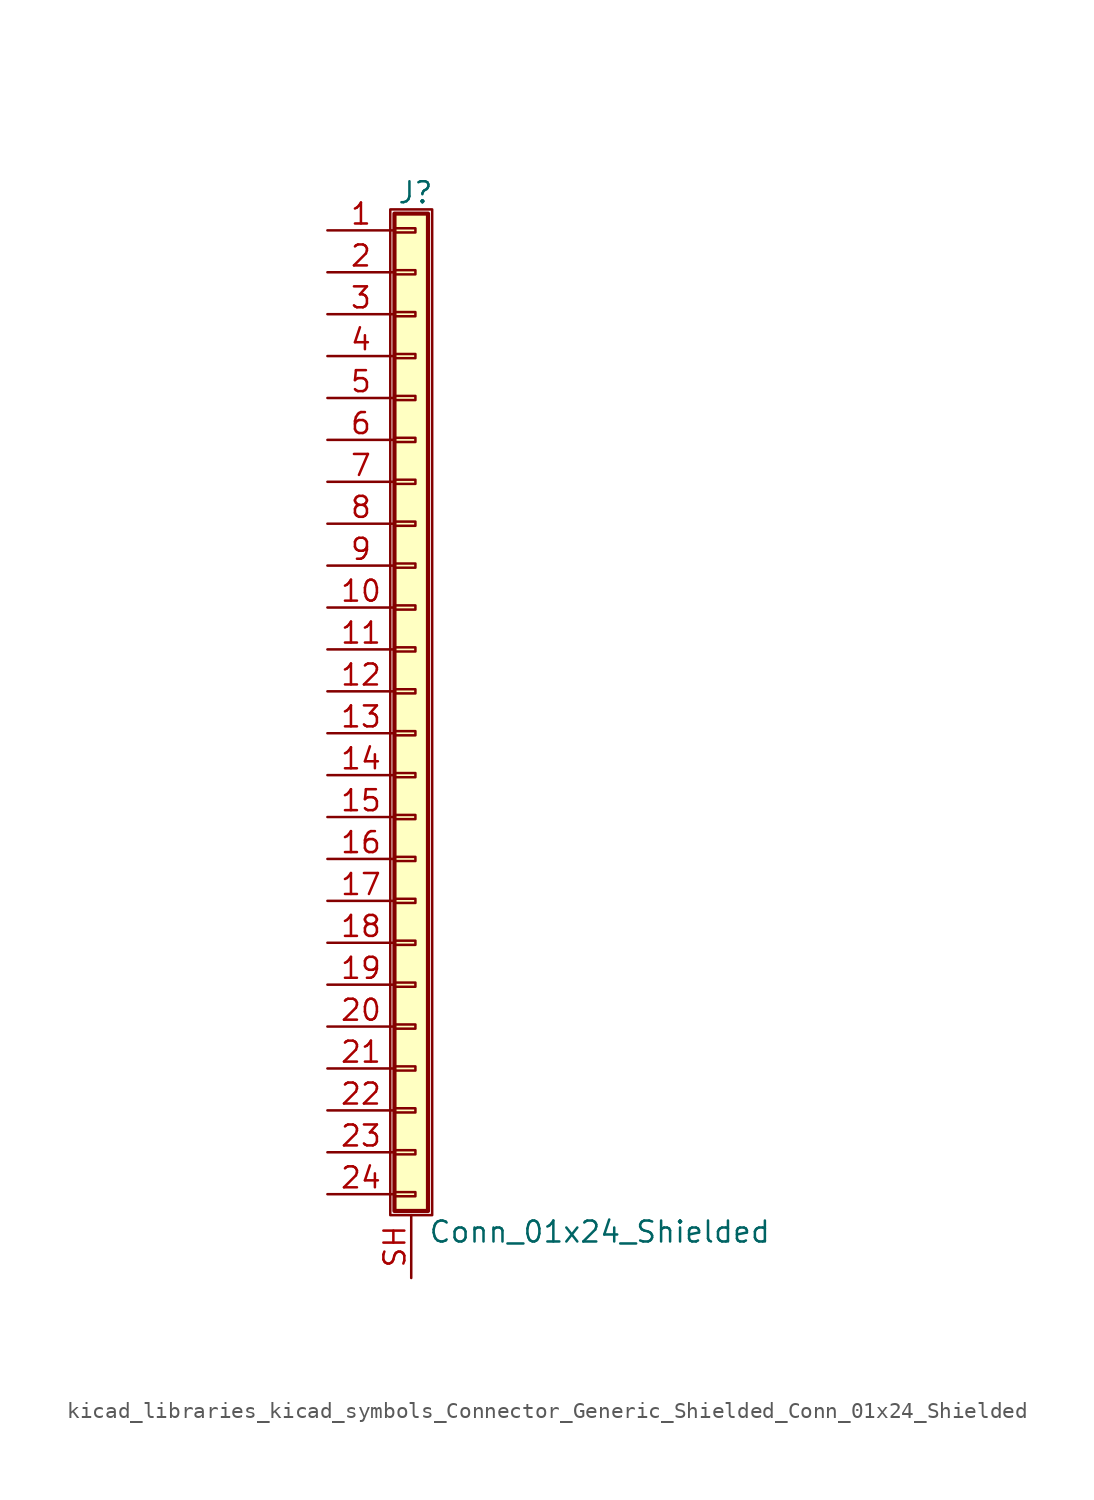
<source format=kicad_sym>
(kicad_symbol_lib
  (version 20220914)
  (generator kicad_symbol_editor)
  (symbol "kicad_libraries_kicad_symbols_Connector_Generic_Shielded_Conn_01x24_Shielded"
    (pin_names
      (offset 1.016) hide)
    (property "Reference" "J"
      (at 0.254 30.226 0)
      (effects (font (size 1.27 1.27))))
    (property "Value" "Conn_01x24_Shielded"
      (at 1.016 -32.766 0)
      (effects (font (size 1.27 1.27)) (justify left)))
    (symbol "kicad_libraries_kicad_symbols_Connector_Generic_Shielded_Conn_01x24_Shielded_1_1"
      (rectangle (start -1.27 29.21) (end 1.27 -31.75) (stroke (width 0.152) (type default)) (fill (type none)))
      (rectangle (start -1.016 -30.353) (end 0.254 -30.607) (stroke (width 0.152) (type default)) (fill (type none)))
      (rectangle (start -1.016 -27.813) (end 0.254 -28.067) (stroke (width 0.152) (type default)) (fill (type none)))
      (rectangle (start -1.016 -25.273) (end 0.254 -25.527) (stroke (width 0.152) (type default)) (fill (type none)))
      (rectangle (start -1.016 -22.733) (end 0.254 -22.987) (stroke (width 0.152) (type default)) (fill (type none)))
      (rectangle (start -1.016 -20.193) (end 0.254 -20.447) (stroke (width 0.152) (type default)) (fill (type none)))
      (rectangle (start -1.016 -17.653) (end 0.254 -17.907) (stroke (width 0.152) (type default)) (fill (type none)))
      (rectangle (start -1.016 -15.113) (end 0.254 -15.367) (stroke (width 0.152) (type default)) (fill (type none)))
      (rectangle (start -1.016 -12.573) (end 0.254 -12.827) (stroke (width 0.152) (type default)) (fill (type none)))
      (rectangle (start -1.016 -10.033) (end 0.254 -10.287) (stroke (width 0.152) (type default)) (fill (type none)))
      (rectangle (start -1.016 -7.493) (end 0.254 -7.747) (stroke (width 0.152) (type default)) (fill (type none)))
      (rectangle (start -1.016 -4.953) (end 0.254 -5.207) (stroke (width 0.152) (type default)) (fill (type none)))
      (rectangle (start -1.016 -2.413) (end 0.254 -2.667) (stroke (width 0.152) (type default)) (fill (type none)))
      (rectangle (start -1.016 0.127) (end 0.254 -0.127) (stroke (width 0.152) (type default)) (fill (type none)))
      (rectangle (start -1.016 2.667) (end 0.254 2.413) (stroke (width 0.152) (type default)) (fill (type none)))
      (rectangle (start -1.016 5.207) (end 0.254 4.953) (stroke (width 0.152) (type default)) (fill (type none)))
      (rectangle (start -1.016 7.747) (end 0.254 7.493) (stroke (width 0.152) (type default)) (fill (type none)))
      (rectangle (start -1.016 10.287) (end 0.254 10.033) (stroke (width 0.152) (type default)) (fill (type none)))
      (rectangle (start -1.016 12.827) (end 0.254 12.573) (stroke (width 0.152) (type default)) (fill (type none)))
      (rectangle (start -1.016 15.367) (end 0.254 15.113) (stroke (width 0.152) (type default)) (fill (type none)))
      (rectangle (start -1.016 17.907) (end 0.254 17.653) (stroke (width 0.152) (type default)) (fill (type none)))
      (rectangle (start -1.016 20.447) (end 0.254 20.193) (stroke (width 0.152) (type default)) (fill (type none)))
      (rectangle (start -1.016 22.987) (end 0.254 22.733) (stroke (width 0.152) (type default)) (fill (type none)))
      (rectangle (start -1.016 25.527) (end 0.254 25.273) (stroke (width 0.152) (type default)) (fill (type none)))
      (rectangle (start -1.016 28.067) (end 0.254 27.813) (stroke (width 0.152) (type default)) (fill (type none)))
      (rectangle (start -1.016 28.956) (end 1.016 -31.496) (stroke (width 0.254) (type default)) (fill (type background)))
      (pin passive line (at -5.08 27.94 0) (length 4.064) (name "Pin_1" (effects (font (size 1.27 1.27)))) (number "1" (effects (font (size 1.27 1.27)))))
      (pin passive line (at -5.08 5.08 0) (length 4.064) (name "Pin_10" (effects (font (size 1.27 1.27)))) (number "10" (effects (font (size 1.27 1.27)))))
      (pin passive line (at -5.08 2.54 0) (length 4.064) (name "Pin_11" (effects (font (size 1.27 1.27)))) (number "11" (effects (font (size 1.27 1.27)))))
      (pin passive line (at -5.08 0 0) (length 4.064) (name "Pin_12" (effects (font (size 1.27 1.27)))) (number "12" (effects (font (size 1.27 1.27)))))
      (pin passive line (at -5.08 -2.54 0) (length 4.064) (name "Pin_13" (effects (font (size 1.27 1.27)))) (number "13" (effects (font (size 1.27 1.27)))))
      (pin passive line (at -5.08 -5.08 0) (length 4.064) (name "Pin_14" (effects (font (size 1.27 1.27)))) (number "14" (effects (font (size 1.27 1.27)))))
      (pin passive line (at -5.08 -7.62 0) (length 4.064) (name "Pin_15" (effects (font (size 1.27 1.27)))) (number "15" (effects (font (size 1.27 1.27)))))
      (pin passive line (at -5.08 -10.16 0) (length 4.064) (name "Pin_16" (effects (font (size 1.27 1.27)))) (number "16" (effects (font (size 1.27 1.27)))))
      (pin passive line (at -5.08 -12.7 0) (length 4.064) (name "Pin_17" (effects (font (size 1.27 1.27)))) (number "17" (effects (font (size 1.27 1.27)))))
      (pin passive line (at -5.08 -15.24 0) (length 4.064) (name "Pin_18" (effects (font (size 1.27 1.27)))) (number "18" (effects (font (size 1.27 1.27)))))
      (pin passive line (at -5.08 -17.78 0) (length 4.064) (name "Pin_19" (effects (font (size 1.27 1.27)))) (number "19" (effects (font (size 1.27 1.27)))))
      (pin passive line (at -5.08 25.4 0) (length 4.064) (name "Pin_2" (effects (font (size 1.27 1.27)))) (number "2" (effects (font (size 1.27 1.27)))))
      (pin passive line (at -5.08 -20.32 0) (length 4.064) (name "Pin_20" (effects (font (size 1.27 1.27)))) (number "20" (effects (font (size 1.27 1.27)))))
      (pin passive line (at -5.08 -22.86 0) (length 4.064) (name "Pin_21" (effects (font (size 1.27 1.27)))) (number "21" (effects (font (size 1.27 1.27)))))
      (pin passive line (at -5.08 -25.4 0) (length 4.064) (name "Pin_22" (effects (font (size 1.27 1.27)))) (number "22" (effects (font (size 1.27 1.27)))))
      (pin passive line (at -5.08 -27.94 0) (length 4.064) (name "Pin_23" (effects (font (size 1.27 1.27)))) (number "23" (effects (font (size 1.27 1.27)))))
      (pin passive line (at -5.08 -30.48 0) (length 4.064) (name "Pin_24" (effects (font (size 1.27 1.27)))) (number "24" (effects (font (size 1.27 1.27)))))
      (pin passive line (at -5.08 22.86 0) (length 4.064) (name "Pin_3" (effects (font (size 1.27 1.27)))) (number "3" (effects (font (size 1.27 1.27)))))
      (pin passive line (at -5.08 20.32 0) (length 4.064) (name "Pin_4" (effects (font (size 1.27 1.27)))) (number "4" (effects (font (size 1.27 1.27)))))
      (pin passive line (at -5.08 17.78 0) (length 4.064) (name "Pin_5" (effects (font (size 1.27 1.27)))) (number "5" (effects (font (size 1.27 1.27)))))
      (pin passive line (at -5.08 15.24 0) (length 4.064) (name "Pin_6" (effects (font (size 1.27 1.27)))) (number "6" (effects (font (size 1.27 1.27)))))
      (pin passive line (at -5.08 12.7 0) (length 4.064) (name "Pin_7" (effects (font (size 1.27 1.27)))) (number "7" (effects (font (size 1.27 1.27)))))
      (pin passive line (at -5.08 10.16 0) (length 4.064) (name "Pin_8" (effects (font (size 1.27 1.27)))) (number "8" (effects (font (size 1.27 1.27)))))
      (pin passive line (at -5.08 7.62 0) (length 4.064) (name "Pin_9" (effects (font (size 1.27 1.27)))) (number "9" (effects (font (size 1.27 1.27)))))
      (pin passive line (at 0 -35.56 90) (length 3.81) (name "Shield" (effects (font (size 1.27 1.27)))) (number "SH" (effects (font (size 1.27 1.27))))))))
</source>
